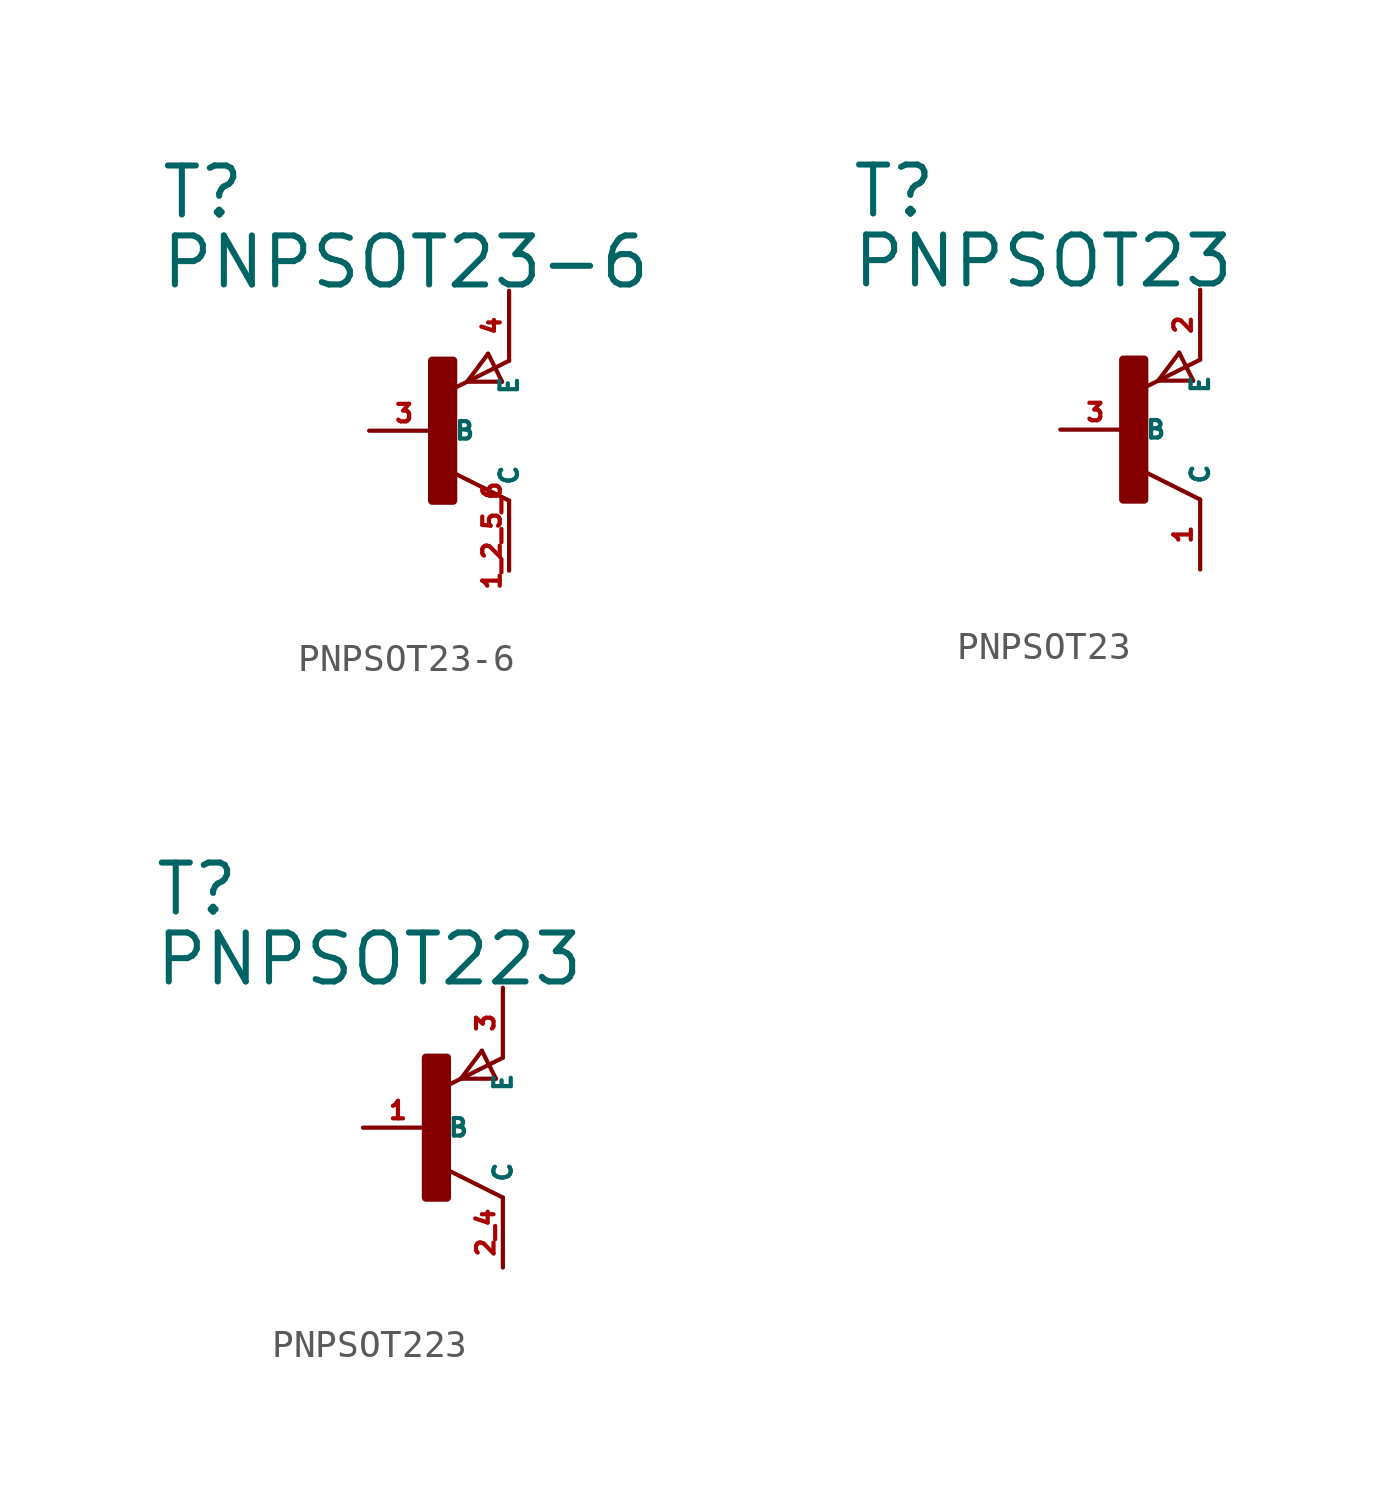
<source format=kicad_sym>
(kicad_symbol_lib
  (version 20220914)
  (generator Eagle2Kicad)
  (symbol "PNPSOT23-6"
    (property "Reference" "T"
      (at -10.16 7.62 0)
      (effects (font (size 1.778 1.778) (thickness 0.22)) (justify left bottom)))
    (property "Value" "PNPSOT23-6"
      (at -10.16 5.08 0)
      (effects (font (size 1.778 1.778) (thickness 0.22)) (justify left bottom)))
    (polyline
      (pts (xy 2.286 1.778) (xy 1.778 2.794))
      (stroke (width 0.152) (type default))
      (fill (type none)))
    (polyline
      (pts (xy 1.778 2.794) (xy 1.016 1.778))
      (stroke (width 0.152) (type default))
      (fill (type none)))
    (polyline
      (pts (xy 1.016 1.778) (xy 2.286 1.778))
      (stroke (width 0.152) (type default))
      (fill (type none)))
    (polyline
      (pts (xy 2.54 2.54) (xy 0.508 1.524))
      (stroke (width 0.152) (type default))
      (fill (type none)))
    (polyline
      (pts (xy 2.54 -2.54) (xy 0.508 -1.524))
      (stroke (width 0.152) (type default))
      (fill (type none)))
    (rectangle
      (start -0.254 -2.54)
      (end 0.508 2.54)
      (stroke (width 0.3) (type default))
      (fill (type outline)))
    (pin passive line
      (at -2.54 0 0)
      (length 2.54)
      (name "B" (effects (font (size 0.635 0.635) (thickness 0.08)) (justify left bottom)))
      (number "3" (effects (font (size 0.635 0.635) (thickness 0.08)) (justify left bottom))))
    (pin passive line
      (at 2.54 5.08 270)
      (length 2.54)
      (name "E" (effects (font (size 0.635 0.635) (thickness 0.08)) (justify left bottom)))
      (number "4" (effects (font (size 0.635 0.635) (thickness 0.08)) (justify left bottom))))
    (pin passive line
      (at 2.54 -5.08 90)
      (length 2.54)
      (name "C" (effects (font (size 0.635 0.635) (thickness 0.08)) (justify left bottom)))
      (number "1 2 5 6" (effects (font (size 0.635 0.635) (thickness 0.08)) (justify left bottom)))))
  (symbol "PNPSOT23"
    (property "Reference" "T"
      (at -10.16 7.62 0)
      (effects (font (size 1.778 1.778) (thickness 0.22)) (justify left bottom)))
    (property "Value" "PNPSOT23"
      (at -10.16 5.08 0)
      (effects (font (size 1.778 1.778) (thickness 0.22)) (justify left bottom)))
    (polyline
      (pts (xy 2.286 1.778) (xy 1.778 2.794))
      (stroke (width 0.152) (type default))
      (fill (type none)))
    (polyline
      (pts (xy 1.778 2.794) (xy 1.016 1.778))
      (stroke (width 0.152) (type default))
      (fill (type none)))
    (polyline
      (pts (xy 1.016 1.778) (xy 2.286 1.778))
      (stroke (width 0.152) (type default))
      (fill (type none)))
    (polyline
      (pts (xy 2.54 2.54) (xy 0.508 1.524))
      (stroke (width 0.152) (type default))
      (fill (type none)))
    (polyline
      (pts (xy 2.54 -2.54) (xy 0.508 -1.524))
      (stroke (width 0.152) (type default))
      (fill (type none)))
    (rectangle
      (start -0.254 -2.54)
      (end 0.508 2.54)
      (stroke (width 0.3) (type default))
      (fill (type outline)))
    (pin passive line
      (at -2.54 0 0)
      (length 2.54)
      (name "B" (effects (font (size 0.635 0.635) (thickness 0.08)) (justify left bottom)))
      (number "3" (effects (font (size 0.635 0.635) (thickness 0.08)) (justify left bottom))))
    (pin passive line
      (at 2.54 5.08 270)
      (length 2.54)
      (name "E" (effects (font (size 0.635 0.635) (thickness 0.08)) (justify left bottom)))
      (number "2" (effects (font (size 0.635 0.635) (thickness 0.08)) (justify left bottom))))
    (pin passive line
      (at 2.54 -5.08 90)
      (length 2.54)
      (name "C" (effects (font (size 0.635 0.635) (thickness 0.08)) (justify left bottom)))
      (number "1" (effects (font (size 0.635 0.635) (thickness 0.08)) (justify left bottom)))))
  (symbol "PNPSOT223"
    (property "Reference" "T"
      (at -10.16 7.62 0)
      (effects (font (size 1.778 1.778) (thickness 0.22)) (justify left bottom)))
    (property "Value" "PNPSOT223"
      (at -10.16 5.08 0)
      (effects (font (size 1.778 1.778) (thickness 0.22)) (justify left bottom)))
    (polyline
      (pts (xy 2.286 1.778) (xy 1.778 2.794))
      (stroke (width 0.152) (type default))
      (fill (type none)))
    (polyline
      (pts (xy 1.778 2.794) (xy 1.016 1.778))
      (stroke (width 0.152) (type default))
      (fill (type none)))
    (polyline
      (pts (xy 1.016 1.778) (xy 2.286 1.778))
      (stroke (width 0.152) (type default))
      (fill (type none)))
    (polyline
      (pts (xy 2.54 2.54) (xy 0.508 1.524))
      (stroke (width 0.152) (type default))
      (fill (type none)))
    (polyline
      (pts (xy 2.54 -2.54) (xy 0.508 -1.524))
      (stroke (width 0.152) (type default))
      (fill (type none)))
    (rectangle
      (start -0.254 -2.54)
      (end 0.508 2.54)
      (stroke (width 0.3) (type default))
      (fill (type outline)))
    (pin passive line
      (at -2.54 0 0)
      (length 2.54)
      (name "B" (effects (font (size 0.635 0.635) (thickness 0.08)) (justify left bottom)))
      (number "1" (effects (font (size 0.635 0.635) (thickness 0.08)) (justify left bottom))))
    (pin passive line
      (at 2.54 5.08 270)
      (length 2.54)
      (name "E" (effects (font (size 0.635 0.635) (thickness 0.08)) (justify left bottom)))
      (number "3" (effects (font (size 0.635 0.635) (thickness 0.08)) (justify left bottom))))
    (pin passive line
      (at 2.54 -5.08 90)
      (length 2.54)
      (name "C" (effects (font (size 0.635 0.635) (thickness 0.08)) (justify left bottom)))
      (number "2 4" (effects (font (size 0.635 0.635) (thickness 0.08)) (justify left bottom))))))
</source>
